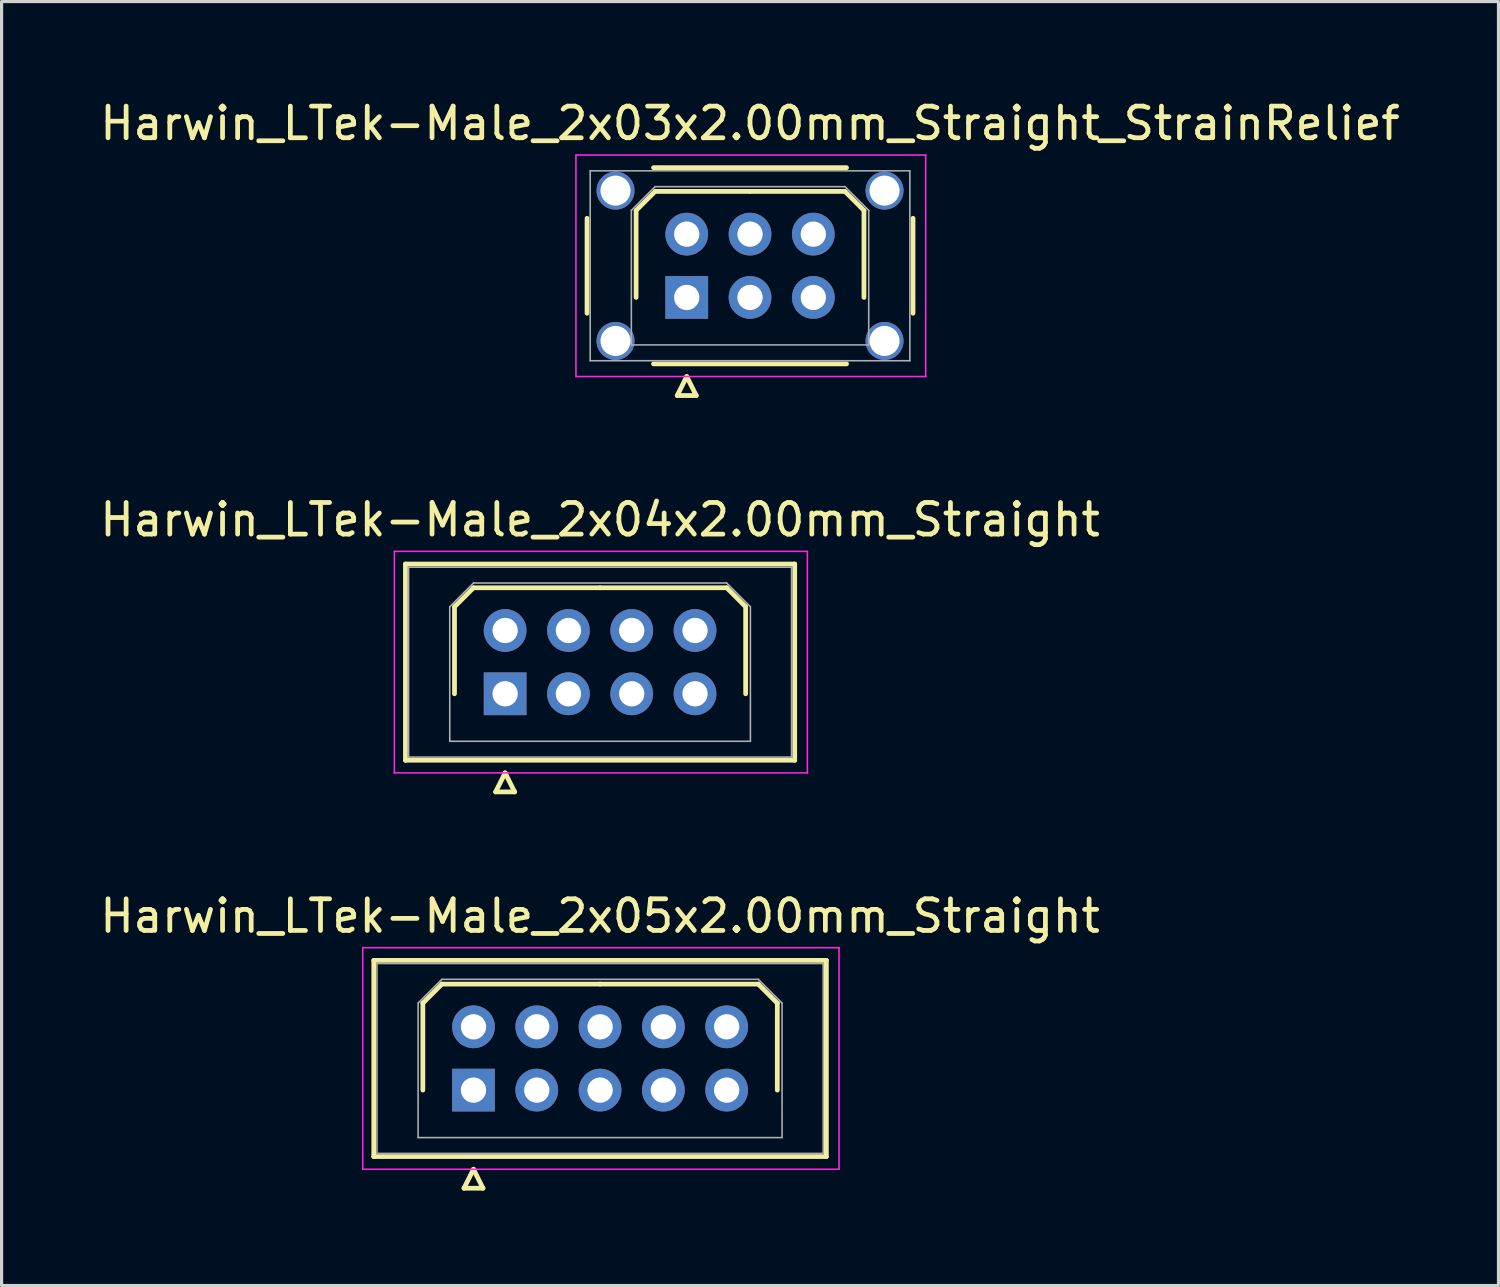
<source format=kicad_pcb>
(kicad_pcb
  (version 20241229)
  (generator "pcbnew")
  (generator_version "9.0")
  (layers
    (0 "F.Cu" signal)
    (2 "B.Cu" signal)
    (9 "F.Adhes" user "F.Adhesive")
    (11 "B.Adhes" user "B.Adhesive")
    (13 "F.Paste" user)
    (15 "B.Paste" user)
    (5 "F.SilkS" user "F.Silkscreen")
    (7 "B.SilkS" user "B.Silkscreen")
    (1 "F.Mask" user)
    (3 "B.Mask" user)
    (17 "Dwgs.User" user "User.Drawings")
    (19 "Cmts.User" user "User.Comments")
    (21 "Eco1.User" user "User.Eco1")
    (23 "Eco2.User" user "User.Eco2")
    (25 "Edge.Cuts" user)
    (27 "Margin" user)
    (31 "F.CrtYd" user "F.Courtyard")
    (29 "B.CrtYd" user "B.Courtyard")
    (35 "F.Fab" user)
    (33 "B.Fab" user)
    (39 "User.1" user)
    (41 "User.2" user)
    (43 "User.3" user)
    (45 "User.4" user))
  (footprint "Harwin_LTek-Male_2x05x2.00mm_Straight"
    (layer "F.Cu")
    (at 11.911 31.395)
    (property "Reference" "Harwin_LTek-Male_2x05x2.00mm_Straight" (at 4 -5.5 0) (layer "F.SilkS") (effects (font (size 1 1) (thickness 0.15))))
    (attr through_hole)
    (fp_line (start -3.15 -4.1) (end -3.15 2.1) (stroke (width 0.15) (type solid)) (layer "F.SilkS"))
    (fp_line (start -3.15 2.1) (end 11.15 2.1) (stroke (width 0.15) (type solid)) (layer "F.SilkS"))
    (fp_line (start -1.6 -2.75) (end -1 -3.35) (stroke (width 0.15) (type solid)) (layer "F.SilkS"))
    (fp_line (start -1.6 0) (end -1.6 -2.75) (stroke (width 0.15) (type solid)) (layer "F.SilkS"))
    (fp_line (start -1 -3.35) (end 4 -3.35) (stroke (width 0.15) (type solid)) (layer "F.SilkS"))
    (fp_line (start -0.3 3.1) (end 0.3 3.1) (stroke (width 0.15) (type solid)) (layer "F.SilkS"))
    (fp_line (start 0 2.5) (end -0.3 3.1) (stroke (width 0.15) (type solid)) (layer "F.SilkS"))
    (fp_line (start 0.3 3.1) (end 0 2.5) (stroke (width 0.15) (type solid)) (layer "F.SilkS"))
    (fp_line (start 9 -3.35) (end 4 -3.35) (stroke (width 0.15) (type solid)) (layer "F.SilkS"))
    (fp_line (start 9.6 -2.75) (end 9 -3.35) (stroke (width 0.15) (type solid)) (layer "F.SilkS"))
    (fp_line (start 9.6 0) (end 9.6 -2.75) (stroke (width 0.15) (type solid)) (layer "F.SilkS"))
    (fp_line (start 11.15 -4.1) (end -3.15 -4.1) (stroke (width 0.15) (type solid)) (layer "F.SilkS"))
    (fp_line (start 11.15 2.1) (end 11.15 -4.1) (stroke (width 0.15) (type solid)) (layer "F.SilkS"))
    (fp_line (start -3.5 -4.5) (end -3.5 2.5) (stroke (width 0.05) (type solid)) (layer "F.CrtYd"))
    (fp_line (start -3.5 2.5) (end 11.55 2.5) (stroke (width 0.05) (type solid)) (layer "F.CrtYd"))
    (fp_line (start 11.55 -4.5) (end -3.5 -4.5) (stroke (width 0.05) (type solid)) (layer "F.CrtYd"))
    (fp_line (start 11.55 2.5) (end 11.55 -4.5) (stroke (width 0.05) (type solid)) (layer "F.CrtYd"))
    (fp_line (start -3.05 -4) (end -3.05 2) (stroke (width 0.05) (type solid)) (layer "F.Fab"))
    (fp_line (start -3.05 2) (end 11.05 2) (stroke (width 0.05) (type solid)) (layer "F.Fab"))
    (fp_line (start -1.75 -2.75) (end -1 -3.5) (stroke (width 0.05) (type solid)) (layer "F.Fab"))
    (fp_line (start -1.75 1.5) (end -1.75 -2.75) (stroke (width 0.05) (type solid)) (layer "F.Fab"))
    (fp_line (start -1 -3.5) (end 9 -3.5) (stroke (width 0.05) (type solid)) (layer "F.Fab"))
    (fp_line (start 9 -3.5) (end 9.75 -2.75) (stroke (width 0.05) (type solid)) (layer "F.Fab"))
    (fp_line (start 9.75 -2.75) (end 9.75 1.5) (stroke (width 0.05) (type solid)) (layer "F.Fab"))
    (fp_line (start 9.75 1.5) (end -1.75 1.5) (stroke (width 0.05) (type solid)) (layer "F.Fab"))
    (fp_line (start 11.05 -4) (end -3.05 -4) (stroke (width 0.05) (type solid)) (layer "F.Fab"))
    (fp_line (start 11.05 2) (end 11.05 -4) (stroke (width 0.05) (type solid)) (layer "F.Fab"))
    (pad "1" thru_hole rect (at 0 0) (size 1.35 1.35) (drill 0.8) (layers "*.Cu" "*.Mask"))
    (pad "2" thru_hole circle (at 0 -2) (size 1.35 1.35) (drill 0.8) (layers "*.Cu" "*.Mask"))
    (pad "3" thru_hole circle (at 2 0) (size 1.35 1.35) (drill 0.8) (layers "*.Cu" "*.Mask"))
    (pad "4" thru_hole circle (at 2 -2) (size 1.35 1.35) (drill 0.8) (layers "*.Cu" "*.Mask"))
    (pad "5" thru_hole circle (at 4 0) (size 1.35 1.35) (drill 0.8) (layers "*.Cu" "*.Mask"))
    (pad "6" thru_hole circle (at 4 -2) (size 1.35 1.35) (drill 0.8) (layers "*.Cu" "*.Mask"))
    (pad "7" thru_hole circle (at 6 0) (size 1.35 1.35) (drill 0.8) (layers "*.Cu" "*.Mask"))
    (pad "8" thru_hole circle (at 6 -2) (size 1.35 1.35) (drill 0.8) (layers "*.Cu" "*.Mask"))
    (pad "9" thru_hole circle (at 8 0) (size 1.35 1.35) (drill 0.8) (layers "*.Cu" "*.Mask"))
    (pad "10" thru_hole circle (at 8 -2) (size 1.35 1.35) (drill 0.8) (layers "*.Cu" "*.Mask")))
  (footprint "Harwin_LTek-Male_2x04x2.00mm_Straight"
    (layer "F.Cu")
    (at 12.911 18.872)
    (property "Reference" "Harwin_LTek-Male_2x04x2.00mm_Straight" (at 3 -5.5 0) (layer "F.SilkS") (effects (font (size 1 1) (thickness 0.15))))
    (attr through_hole)
    (fp_line (start -3.15 -4.1) (end -3.15 2.1) (stroke (width 0.15) (type solid)) (layer "F.SilkS"))
    (fp_line (start -3.15 2.1) (end 9.15 2.1) (stroke (width 0.15) (type solid)) (layer "F.SilkS"))
    (fp_line (start -1.6 -2.75) (end -1 -3.35) (stroke (width 0.15) (type solid)) (layer "F.SilkS"))
    (fp_line (start -1.6 0) (end -1.6 -2.75) (stroke (width 0.15) (type solid)) (layer "F.SilkS"))
    (fp_line (start -1 -3.35) (end 3 -3.35) (stroke (width 0.15) (type solid)) (layer "F.SilkS"))
    (fp_line (start -0.3 3.1) (end 0.3 3.1) (stroke (width 0.15) (type solid)) (layer "F.SilkS"))
    (fp_line (start 0 2.5) (end -0.3 3.1) (stroke (width 0.15) (type solid)) (layer "F.SilkS"))
    (fp_line (start 0.3 3.1) (end 0 2.5) (stroke (width 0.15) (type solid)) (layer "F.SilkS"))
    (fp_line (start 7 -3.35) (end 3 -3.35) (stroke (width 0.15) (type solid)) (layer "F.SilkS"))
    (fp_line (start 7.6 -2.75) (end 7 -3.35) (stroke (width 0.15) (type solid)) (layer "F.SilkS"))
    (fp_line (start 7.6 0) (end 7.6 -2.75) (stroke (width 0.15) (type solid)) (layer "F.SilkS"))
    (fp_line (start 9.15 -4.1) (end -3.15 -4.1) (stroke (width 0.15) (type solid)) (layer "F.SilkS"))
    (fp_line (start 9.15 2.1) (end 9.15 -4.1) (stroke (width 0.15) (type solid)) (layer "F.SilkS"))
    (fp_line (start -3.5 -4.5) (end -3.5 2.5) (stroke (width 0.05) (type solid)) (layer "F.CrtYd"))
    (fp_line (start -3.5 2.5) (end 9.55 2.5) (stroke (width 0.05) (type solid)) (layer "F.CrtYd"))
    (fp_line (start 9.55 -4.5) (end -3.5 -4.5) (stroke (width 0.05) (type solid)) (layer "F.CrtYd"))
    (fp_line (start 9.55 2.5) (end 9.55 -4.5) (stroke (width 0.05) (type solid)) (layer "F.CrtYd"))
    (fp_line (start -3.05 -4) (end -3.05 2) (stroke (width 0.05) (type solid)) (layer "F.Fab"))
    (fp_line (start -3.05 2) (end 9.05 2) (stroke (width 0.05) (type solid)) (layer "F.Fab"))
    (fp_line (start -1.75 -2.75) (end -1 -3.5) (stroke (width 0.05) (type solid)) (layer "F.Fab"))
    (fp_line (start -1.75 1.5) (end -1.75 -2.75) (stroke (width 0.05) (type solid)) (layer "F.Fab"))
    (fp_line (start -1 -3.5) (end 7 -3.5) (stroke (width 0.05) (type solid)) (layer "F.Fab"))
    (fp_line (start 7 -3.5) (end 7.75 -2.75) (stroke (width 0.05) (type solid)) (layer "F.Fab"))
    (fp_line (start 7.75 -2.75) (end 7.75 1.5) (stroke (width 0.05) (type solid)) (layer "F.Fab"))
    (fp_line (start 7.75 1.5) (end -1.75 1.5) (stroke (width 0.05) (type solid)) (layer "F.Fab"))
    (fp_line (start 9.05 -4) (end -3.05 -4) (stroke (width 0.05) (type solid)) (layer "F.Fab"))
    (fp_line (start 9.05 2) (end 9.05 -4) (stroke (width 0.05) (type solid)) (layer "F.Fab"))
    (pad "1" thru_hole rect (at 0 0) (size 1.35 1.35) (drill 0.8) (layers "*.Cu" "*.Mask"))
    (pad "2" thru_hole circle (at 0 -2) (size 1.35 1.35) (drill 0.8) (layers "*.Cu" "*.Mask"))
    (pad "3" thru_hole circle (at 2 0) (size 1.35 1.35) (drill 0.8) (layers "*.Cu" "*.Mask"))
    (pad "4" thru_hole circle (at 2 -2) (size 1.35 1.35) (drill 0.8) (layers "*.Cu" "*.Mask"))
    (pad "5" thru_hole circle (at 4 0) (size 1.35 1.35) (drill 0.8) (layers "*.Cu" "*.Mask"))
    (pad "6" thru_hole circle (at 4 -2) (size 1.35 1.35) (drill 0.8) (layers "*.Cu" "*.Mask"))
    (pad "7" thru_hole circle (at 6 0) (size 1.35 1.35) (drill 0.8) (layers "*.Cu" "*.Mask"))
    (pad "8" thru_hole circle (at 6 -2) (size 1.35 1.35) (drill 0.8) (layers "*.Cu" "*.Mask")))
  (footprint "Harwin_LTek-Male_2x03x2.00mm_Straight_StrainRelief"
    (layer "F.Cu")
    (at 18.649 6.348)
    (property "Reference" "Harwin_LTek-Male_2x03x2.00mm_Straight_StrainRelief" (at 2 -5.5 0) (layer "F.SilkS") (effects (font (size 1 1) (thickness 0.15))))
    (attr through_hole)
    (fp_line (start -3.15 -2.5) (end -3.15 0.5) (stroke (width 0.15) (type solid)) (layer "F.SilkS"))
    (fp_line (start -1.6 -2.75) (end -1 -3.35) (stroke (width 0.15) (type solid)) (layer "F.SilkS"))
    (fp_line (start -1.6 0) (end -1.6 -2.75) (stroke (width 0.15) (type solid)) (layer "F.SilkS"))
    (fp_line (start -1.05 -4.1) (end 5.05 -4.1) (stroke (width 0.15) (type solid)) (layer "F.SilkS"))
    (fp_line (start -1.05 2.1) (end 5.05 2.1) (stroke (width 0.15) (type solid)) (layer "F.SilkS"))
    (fp_line (start -1 -3.35) (end 2 -3.35) (stroke (width 0.15) (type solid)) (layer "F.SilkS"))
    (fp_line (start -0.3 3.1) (end 0.3 3.1) (stroke (width 0.15) (type solid)) (layer "F.SilkS"))
    (fp_line (start 0 2.5) (end -0.3 3.1) (stroke (width 0.15) (type solid)) (layer "F.SilkS"))
    (fp_line (start 0.3 3.1) (end 0 2.5) (stroke (width 0.15) (type solid)) (layer "F.SilkS"))
    (fp_line (start 5 -3.35) (end 2 -3.35) (stroke (width 0.15) (type solid)) (layer "F.SilkS"))
    (fp_line (start 5.6 -2.75) (end 5 -3.35) (stroke (width 0.15) (type solid)) (layer "F.SilkS"))
    (fp_line (start 5.6 0) (end 5.6 -2.75) (stroke (width 0.15) (type solid)) (layer "F.SilkS"))
    (fp_line (start 7.15 -2.5) (end 7.15 0.5) (stroke (width 0.15) (type solid)) (layer "F.SilkS"))
    (fp_line (start -3.5 -4.5) (end -3.5 2.5) (stroke (width 0.05) (type solid)) (layer "F.CrtYd"))
    (fp_line (start -3.5 2.5) (end 7.55 2.5) (stroke (width 0.05) (type solid)) (layer "F.CrtYd"))
    (fp_line (start 7.55 -4.5) (end -3.5 -4.5) (stroke (width 0.05) (type solid)) (layer "F.CrtYd"))
    (fp_line (start 7.55 2.5) (end 7.55 -4.5) (stroke (width 0.05) (type solid)) (layer "F.CrtYd"))
    (fp_line (start -3.05 -4) (end -3.05 2) (stroke (width 0.05) (type solid)) (layer "F.Fab"))
    (fp_line (start -3.05 2) (end 7.05 2) (stroke (width 0.05) (type solid)) (layer "F.Fab"))
    (fp_line (start -1.75 -2.75) (end -1 -3.5) (stroke (width 0.05) (type solid)) (layer "F.Fab"))
    (fp_line (start -1.75 1.5) (end -1.75 -2.75) (stroke (width 0.05) (type solid)) (layer "F.Fab"))
    (fp_line (start -1 -3.5) (end 5 -3.5) (stroke (width 0.05) (type solid)) (layer "F.Fab"))
    (fp_line (start 5 -3.5) (end 5.75 -2.75) (stroke (width 0.05) (type solid)) (layer "F.Fab"))
    (fp_line (start 5.75 -2.75) (end 5.75 1.5) (stroke (width 0.05) (type solid)) (layer "F.Fab"))
    (fp_line (start 5.75 1.5) (end -1.75 1.5) (stroke (width 0.05) (type solid)) (layer "F.Fab"))
    (fp_line (start 7.05 -4) (end -3.05 -4) (stroke (width 0.05) (type solid)) (layer "F.Fab"))
    (fp_line (start 7.05 2) (end 7.05 -4) (stroke (width 0.05) (type solid)) (layer "F.Fab"))
    (pad "" thru_hole circle (at -2.25 -3.375) (size 1.2 1.2) (drill 0.95) (layers "*.Cu" "*.Mask"))
    (pad "" thru_hole circle (at -2.25 1.375) (size 1.2 1.2) (drill 0.95) (layers "*.Cu" "*.Mask"))
    (pad "" thru_hole circle (at 6.25 -3.375) (size 1.2 1.2) (drill 0.95) (layers "*.Cu" "*.Mask"))
    (pad "" thru_hole circle (at 6.25 1.375) (size 1.2 1.2) (drill 0.95) (layers "*.Cu" "*.Mask"))
    (pad "1" thru_hole rect (at 0 0) (size 1.35 1.35) (drill 0.8) (layers "*.Cu" "*.Mask"))
    (pad "2" thru_hole circle (at 0 -2) (size 1.35 1.35) (drill 0.8) (layers "*.Cu" "*.Mask"))
    (pad "3" thru_hole circle (at 2 0) (size 1.35 1.35) (drill 0.8) (layers "*.Cu" "*.Mask"))
    (pad "4" thru_hole circle (at 2 -2) (size 1.35 1.35) (drill 0.8) (layers "*.Cu" "*.Mask"))
    (pad "5" thru_hole circle (at 4 0) (size 1.35 1.35) (drill 0.8) (layers "*.Cu" "*.Mask"))
    (pad "6" thru_hole circle (at 4 -2) (size 1.35 1.35) (drill 0.8) (layers "*.Cu" "*.Mask")))
  (gr_rect
    (start -3 -3)
    (end 44.298 37.57)
    (stroke (width 0.1) (type default))
    (fill no)
    (layer "Edge.Cuts")))
</source>
